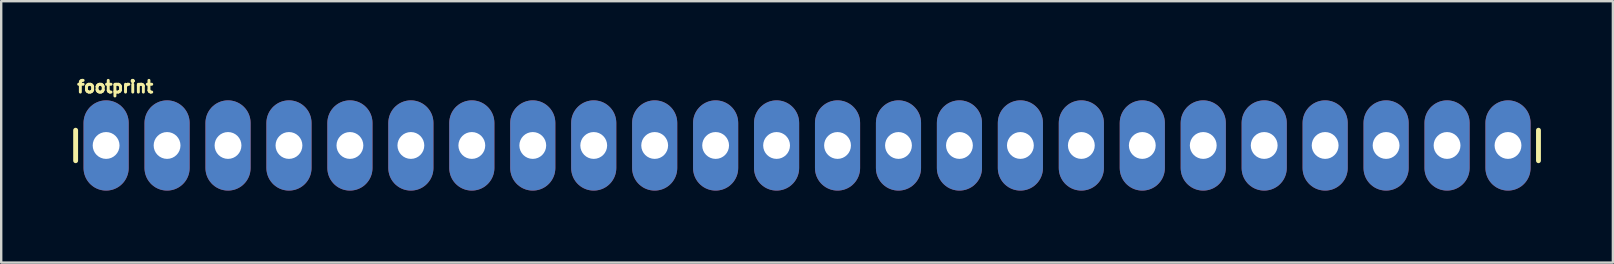
<source format=kicad_pcb>
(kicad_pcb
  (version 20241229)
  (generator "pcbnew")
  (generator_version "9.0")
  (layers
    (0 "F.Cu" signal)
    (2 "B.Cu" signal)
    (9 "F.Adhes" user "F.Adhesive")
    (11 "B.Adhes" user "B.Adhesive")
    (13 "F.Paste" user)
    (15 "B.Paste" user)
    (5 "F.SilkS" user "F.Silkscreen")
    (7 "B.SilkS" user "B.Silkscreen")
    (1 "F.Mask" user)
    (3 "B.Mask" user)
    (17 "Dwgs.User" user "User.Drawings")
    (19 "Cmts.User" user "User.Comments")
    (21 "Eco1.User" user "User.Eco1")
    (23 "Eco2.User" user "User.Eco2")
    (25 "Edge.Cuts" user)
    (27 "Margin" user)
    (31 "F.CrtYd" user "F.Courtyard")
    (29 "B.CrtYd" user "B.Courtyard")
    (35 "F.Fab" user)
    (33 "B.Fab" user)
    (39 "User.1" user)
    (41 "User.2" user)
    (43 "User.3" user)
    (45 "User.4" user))
  (footprint "footprint"
    (layer "F.Cu")
    (at 28.042 3.012)
    (property "Reference" "footprint" (at -27.94 -2.159 0) (layer "F.SilkS") (effects (font (size 0.488 0.488) (thickness 0.122)) (justify left bottom)))
    (fp_line (start -27.94 -0.635) (end -27.94 0.635) (stroke (width 0.203) (type solid)) (layer "F.SilkS"))
    (fp_line (start 33.02 -0.635) (end 33.02 0.635) (stroke (width 0.203) (type solid)) (layer "F.SilkS"))
    (fp_poly (pts (xy -26.924 0.254) (xy -26.416 0.254) (xy -26.416 -0.254) (xy -26.924 -0.254)) (stroke (width 0.1) (type solid)) (fill no) (layer "F.Fab"))
    (fp_poly (pts (xy -24.384 0.254) (xy -23.876 0.254) (xy -23.876 -0.254) (xy -24.384 -0.254)) (stroke (width 0.1) (type solid)) (fill no) (layer "F.Fab"))
    (fp_poly (pts (xy -21.844 0.254) (xy -21.336 0.254) (xy -21.336 -0.254) (xy -21.844 -0.254)) (stroke (width 0.1) (type solid)) (fill no) (layer "F.Fab"))
    (fp_poly (pts (xy -19.304 0.254) (xy -18.796 0.254) (xy -18.796 -0.254) (xy -19.304 -0.254)) (stroke (width 0.1) (type solid)) (fill no) (layer "F.Fab"))
    (fp_poly (pts (xy -16.764 0.254) (xy -16.256 0.254) (xy -16.256 -0.254) (xy -16.764 -0.254)) (stroke (width 0.1) (type solid)) (fill no) (layer "F.Fab"))
    (fp_poly (pts (xy -14.224 0.254) (xy -13.716 0.254) (xy -13.716 -0.254) (xy -14.224 -0.254)) (stroke (width 0.1) (type solid)) (fill no) (layer "F.Fab"))
    (fp_poly (pts (xy -11.684 0.254) (xy -11.176 0.254) (xy -11.176 -0.254) (xy -11.684 -0.254)) (stroke (width 0.1) (type solid)) (fill no) (layer "F.Fab"))
    (fp_poly (pts (xy -9.144 0.254) (xy -8.636 0.254) (xy -8.636 -0.254) (xy -9.144 -0.254)) (stroke (width 0.1) (type solid)) (fill no) (layer "F.Fab"))
    (fp_poly (pts (xy -6.604 0.254) (xy -6.096 0.254) (xy -6.096 -0.254) (xy -6.604 -0.254)) (stroke (width 0.1) (type solid)) (fill no) (layer "F.Fab"))
    (fp_poly (pts (xy -4.064 0.254) (xy -3.556 0.254) (xy -3.556 -0.254) (xy -4.064 -0.254)) (stroke (width 0.1) (type solid)) (fill no) (layer "F.Fab"))
    (fp_poly (pts (xy -1.524 0.254) (xy -1.016 0.254) (xy -1.016 -0.254) (xy -1.524 -0.254)) (stroke (width 0.1) (type solid)) (fill no) (layer "F.Fab"))
    (fp_poly (pts (xy 1.016 0.254) (xy 1.524 0.254) (xy 1.524 -0.254) (xy 1.016 -0.254)) (stroke (width 0.1) (type solid)) (fill no) (layer "F.Fab"))
    (fp_poly (pts (xy 3.556 0.254) (xy 4.064 0.254) (xy 4.064 -0.254) (xy 3.556 -0.254)) (stroke (width 0.1) (type solid)) (fill no) (layer "F.Fab"))
    (fp_poly (pts (xy 6.096 0.254) (xy 6.604 0.254) (xy 6.604 -0.254) (xy 6.096 -0.254)) (stroke (width 0.1) (type solid)) (fill no) (layer "F.Fab"))
    (fp_poly (pts (xy 8.636 0.254) (xy 9.144 0.254) (xy 9.144 -0.254) (xy 8.636 -0.254)) (stroke (width 0.1) (type solid)) (fill no) (layer "F.Fab"))
    (fp_poly (pts (xy 11.176 0.254) (xy 11.684 0.254) (xy 11.684 -0.254) (xy 11.176 -0.254)) (stroke (width 0.1) (type solid)) (fill no) (layer "F.Fab"))
    (fp_poly (pts (xy 13.716 0.254) (xy 14.224 0.254) (xy 14.224 -0.254) (xy 13.716 -0.254)) (stroke (width 0.1) (type solid)) (fill no) (layer "F.Fab"))
    (fp_poly (pts (xy 16.256 0.254) (xy 16.764 0.254) (xy 16.764 -0.254) (xy 16.256 -0.254)) (stroke (width 0.1) (type solid)) (fill no) (layer "F.Fab"))
    (fp_poly (pts (xy 18.796 0.254) (xy 19.304 0.254) (xy 19.304 -0.254) (xy 18.796 -0.254)) (stroke (width 0.1) (type solid)) (fill no) (layer "F.Fab"))
    (fp_poly (pts (xy 21.336 0.254) (xy 21.844 0.254) (xy 21.844 -0.254) (xy 21.336 -0.254)) (stroke (width 0.1) (type solid)) (fill no) (layer "F.Fab"))
    (fp_poly (pts (xy 23.876 0.254) (xy 24.384 0.254) (xy 24.384 -0.254) (xy 23.876 -0.254)) (stroke (width 0.1) (type solid)) (fill no) (layer "F.Fab"))
    (fp_poly (pts (xy 26.416 0.254) (xy 26.924 0.254) (xy 26.924 -0.254) (xy 26.416 -0.254)) (stroke (width 0.1) (type solid)) (fill no) (layer "F.Fab"))
    (fp_poly (pts (xy 28.956 0.254) (xy 29.464 0.254) (xy 29.464 -0.254) (xy 28.956 -0.254)) (stroke (width 0.1) (type solid)) (fill no) (layer "F.Fab"))
    (fp_poly (pts (xy 31.496 0.254) (xy 32.004 0.254) (xy 32.004 -0.254) (xy 31.496 -0.254)) (stroke (width 0.1) (type solid)) (fill no) (layer "F.Fab"))
    (pad "1" thru_hole oval (at -26.67 0 90) (size 3.759 1.88) (drill 1.118) (layers "*.Cu" "*.Mask"))
    (pad "2" thru_hole oval (at -24.13 0 90) (size 3.759 1.88) (drill 1.118) (layers "*.Cu" "*.Mask"))
    (pad "3" thru_hole oval (at -21.59 0 90) (size 3.759 1.88) (drill 1.118) (layers "*.Cu" "*.Mask"))
    (pad "4" thru_hole oval (at -19.05 0 90) (size 3.759 1.88) (drill 1.118) (layers "*.Cu" "*.Mask"))
    (pad "5" thru_hole oval (at -16.51 0 90) (size 3.759 1.88) (drill 1.118) (layers "*.Cu" "*.Mask"))
    (pad "6" thru_hole oval (at -13.97 0 90) (size 3.759 1.88) (drill 1.118) (layers "*.Cu" "*.Mask"))
    (pad "7" thru_hole oval (at -11.43 0 90) (size 3.759 1.88) (drill 1.118) (layers "*.Cu" "*.Mask"))
    (pad "8" thru_hole oval (at -8.89 0 90) (size 3.759 1.88) (drill 1.118) (layers "*.Cu" "*.Mask"))
    (pad "9" thru_hole oval (at -6.35 0 90) (size 3.759 1.88) (drill 1.118) (layers "*.Cu" "*.Mask"))
    (pad "10" thru_hole oval (at -3.81 0 90) (size 3.759 1.88) (drill 1.118) (layers "*.Cu" "*.Mask"))
    (pad "11" thru_hole oval (at -1.27 0 90) (size 3.759 1.88) (drill 1.118) (layers "*.Cu" "*.Mask"))
    (pad "12" thru_hole oval (at 1.27 0 90) (size 3.759 1.88) (drill 1.118) (layers "*.Cu" "*.Mask"))
    (pad "13" thru_hole oval (at 3.81 0 90) (size 3.759 1.88) (drill 1.118) (layers "*.Cu" "*.Mask"))
    (pad "14" thru_hole oval (at 6.35 0 90) (size 3.759 1.88) (drill 1.118) (layers "*.Cu" "*.Mask"))
    (pad "15" thru_hole oval (at 8.89 0 90) (size 3.759 1.88) (drill 1.118) (layers "*.Cu" "*.Mask"))
    (pad "16" thru_hole oval (at 11.43 0 90) (size 3.759 1.88) (drill 1.118) (layers "*.Cu" "*.Mask"))
    (pad "17" thru_hole oval (at 13.97 0 90) (size 3.759 1.88) (drill 1.118) (layers "*.Cu" "*.Mask"))
    (pad "18" thru_hole oval (at 16.51 0 90) (size 3.759 1.88) (drill 1.118) (layers "*.Cu" "*.Mask"))
    (pad "19" thru_hole oval (at 19.05 0 90) (size 3.759 1.88) (drill 1.118) (layers "*.Cu" "*.Mask"))
    (pad "20" thru_hole oval (at 21.59 0 90) (size 3.759 1.88) (drill 1.118) (layers "*.Cu" "*.Mask"))
    (pad "21" thru_hole oval (at 24.13 0 90) (size 3.759 1.88) (drill 1.118) (layers "*.Cu" "*.Mask"))
    (pad "22" thru_hole oval (at 26.67 0 90) (size 3.759 1.88) (drill 1.118) (layers "*.Cu" "*.Mask"))
    (pad "23" thru_hole oval (at 29.21 0 90) (size 3.759 1.88) (drill 1.118) (layers "*.Cu" "*.Mask"))
    (pad "24" thru_hole oval (at 31.75 0 90) (size 3.759 1.88) (drill 1.118) (layers "*.Cu" "*.Mask")))
  (gr_rect
    (start -3 -3)
    (end 64.163 7.892)
    (stroke (width 0.1) (type default))
    (fill no)
    (layer "Edge.Cuts")))
</source>
